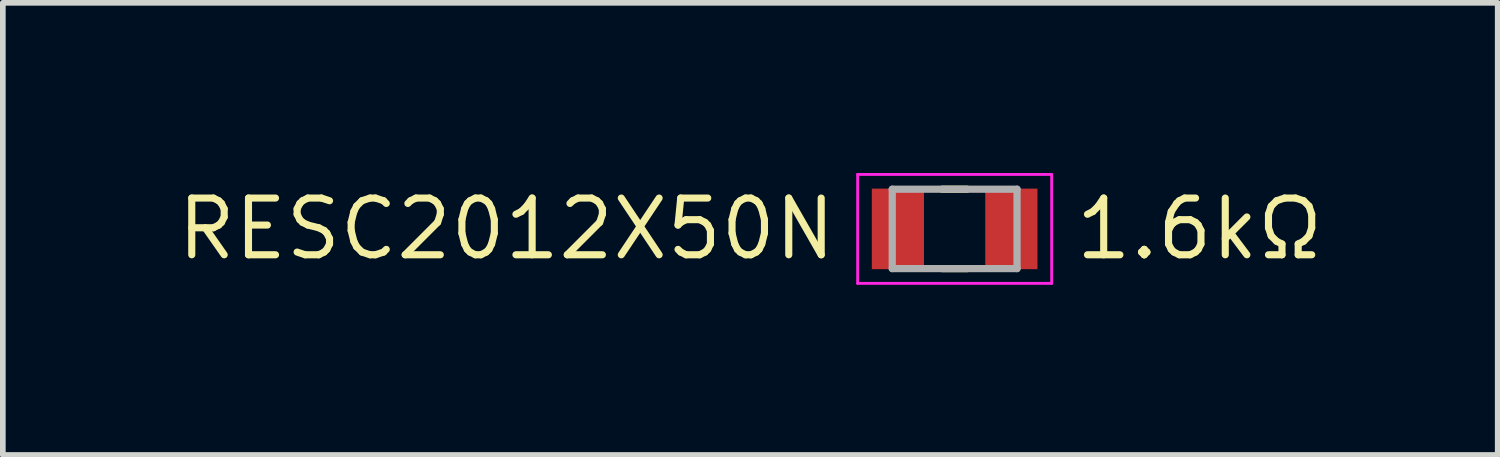
<source format=kicad_pcb>
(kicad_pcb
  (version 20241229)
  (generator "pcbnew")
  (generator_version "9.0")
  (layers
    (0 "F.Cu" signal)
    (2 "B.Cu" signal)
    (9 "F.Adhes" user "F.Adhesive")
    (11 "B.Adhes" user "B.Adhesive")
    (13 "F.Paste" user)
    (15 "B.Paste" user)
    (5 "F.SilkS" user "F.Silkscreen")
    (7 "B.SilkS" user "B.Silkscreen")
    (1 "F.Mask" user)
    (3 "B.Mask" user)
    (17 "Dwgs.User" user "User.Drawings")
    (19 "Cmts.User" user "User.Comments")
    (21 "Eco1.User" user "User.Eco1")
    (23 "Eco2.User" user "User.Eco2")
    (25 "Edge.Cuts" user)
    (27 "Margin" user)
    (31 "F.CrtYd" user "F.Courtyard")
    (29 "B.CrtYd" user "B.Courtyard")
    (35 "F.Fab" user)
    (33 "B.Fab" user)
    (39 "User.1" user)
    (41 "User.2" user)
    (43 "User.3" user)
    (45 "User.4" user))
  (footprint "RESC2012X50N"
    (layer "F.Cu")
    (at 13.778 0.985)
    (property "Reference" "RESC2012X50N" (at -2.032 0 0) (layer "F.SilkS") (effects (font (size 1 1) (thickness 0.125)) (justify right)))
    (property "Resistance" "1.6kΩ" (at 4.318 0 0) (layer "F.SilkS") (effects (font (size 1 1) (thickness 0.125))))
    (attr smd)
    (fp_line (start -0.22 -0.7) (end 0.22 -0.7) (stroke (width 0.127) (type solid)) (layer "F.SilkS"))
    (fp_line (start -0.22 0.7) (end 0.22 0.7) (stroke (width 0.127) (type solid)) (layer "F.SilkS"))
    (fp_line (start -1.71 -0.96) (end 1.71 -0.96) (stroke (width 0.05) (type solid)) (layer "F.CrtYd"))
    (fp_line (start -1.71 0.96) (end -1.71 -0.96) (stroke (width 0.05) (type solid)) (layer "F.CrtYd"))
    (fp_line (start -1.71 0.96) (end 1.71 0.96) (stroke (width 0.05) (type solid)) (layer "F.CrtYd"))
    (fp_line (start 1.71 0.96) (end 1.71 -0.96) (stroke (width 0.05) (type solid)) (layer "F.CrtYd"))
    (fp_line (start -1.1 0.7) (end -1.1 -0.7) (stroke (width 0.127) (type solid)) (layer "F.Fab"))
    (fp_line (start 1.1 -0.7) (end -1.1 -0.7) (stroke (width 0.127) (type solid)) (layer "F.Fab"))
    (fp_line (start 1.1 0.7) (end -1.1 0.7) (stroke (width 0.127) (type solid)) (layer "F.Fab"))
    (fp_line (start 1.1 0.7) (end 1.1 -0.7) (stroke (width 0.127) (type solid)) (layer "F.Fab"))
    (pad "1" smd rect (at -1 0) (size 0.92 1.42) (layers "F.Cu" "F.Mask" "F.Paste"))
    (pad "2" smd rect (at 1 0) (size 0.92 1.42) (layers "F.Cu" "F.Mask" "F.Paste")))
  (gr_rect
    (start -3 -3)
    (end 23.351 4.97)
    (stroke (width 0.1) (type default))
    (fill no)
    (layer "Edge.Cuts")))
</source>
